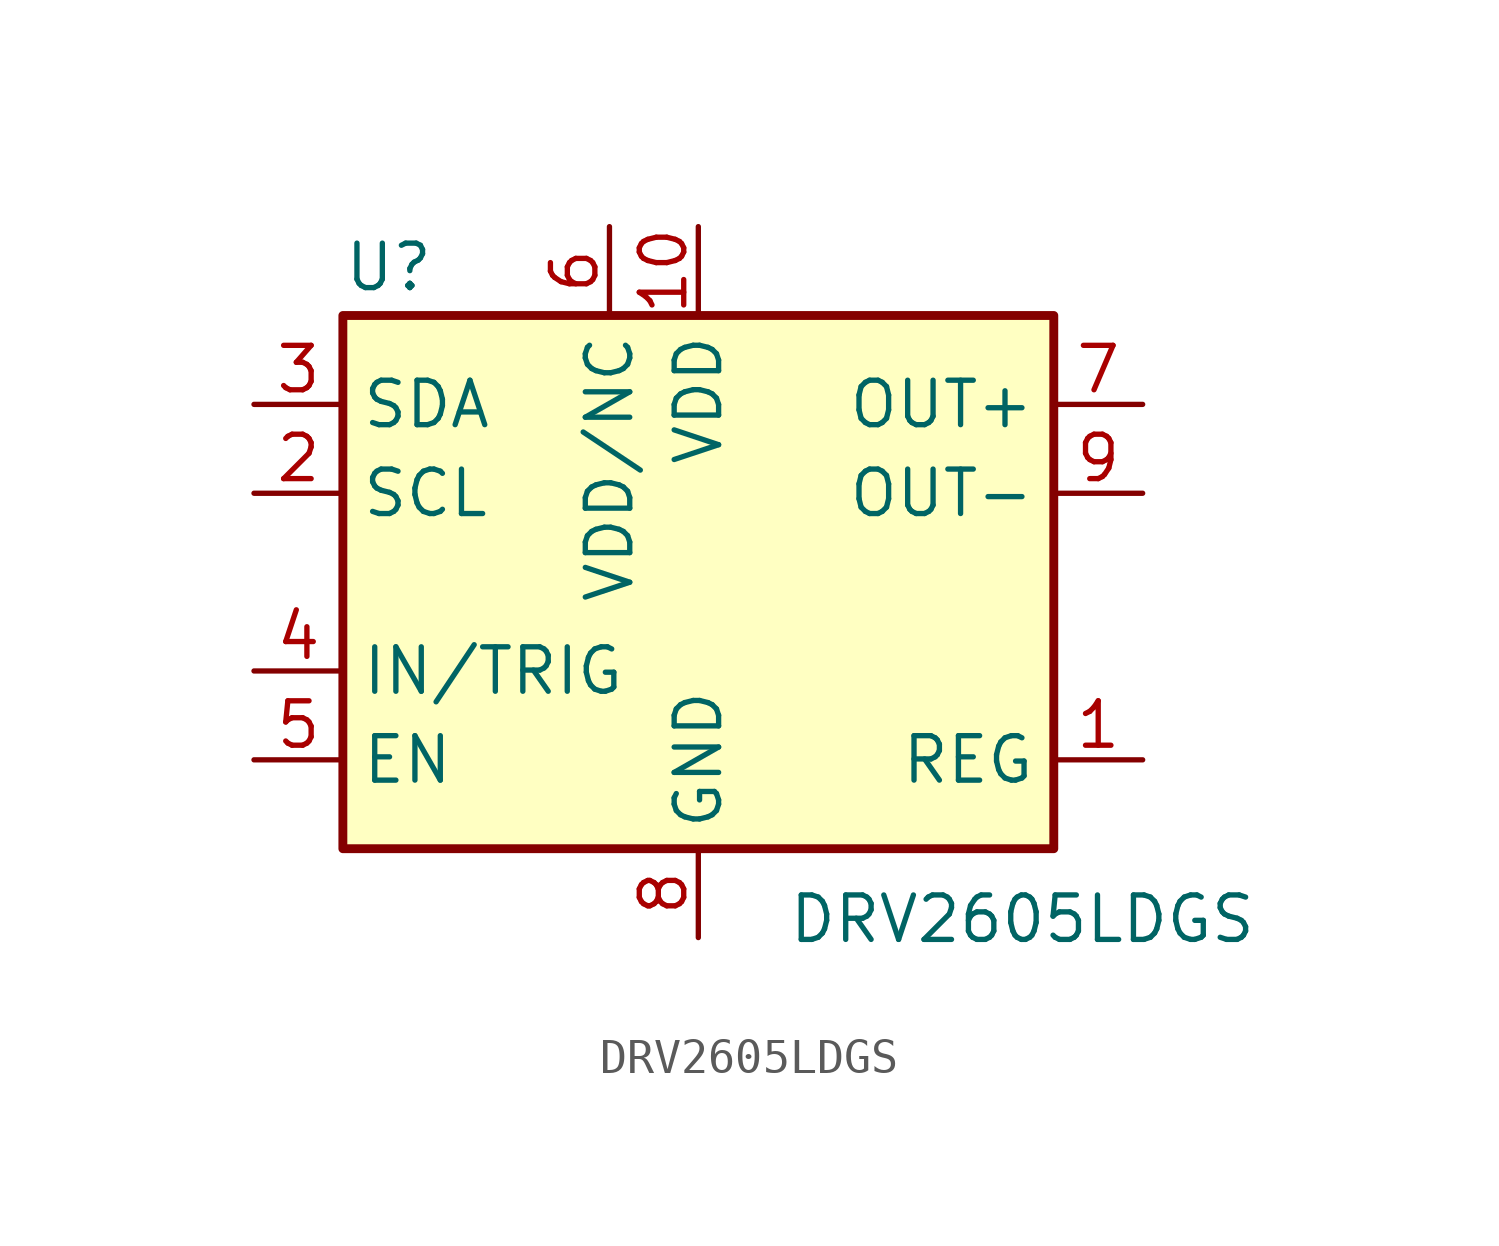
<source format=kicad_sym>
(kicad_symbol_lib
  (version 20211014)
  (generator kicad_symbol_editor)
  (symbol "DRV2605LDGS"
    (property "Reference" "U"
      (at -10.16 8.255 0)
      (effects (font (size 1.27 1.27)) (justify left bottom)))
    (property "Value" "DRV2605LDGS"
      (at 2.54 -8.89 0)
      (effects (font (size 1.27 1.27)) (justify left top)))
    (symbol "DRV2605LDGS_0_1"
      (rectangle (start -10.16 7.62) (end 10.16 -7.62) (stroke (width 0.254) (type default) (color 0 0 0 0)) (fill (type background))))
    (symbol "DRV2605LDGS_1_1"
      (pin passive line (at 12.7 -5.08 180) (length 2.54) (name "REG" (effects (font (size 1.27 1.27)))) (number "1" (effects (font (size 1.27 1.27)))))
      (pin power_in line (at 0 10.16 270) (length 2.54) (name "VDD" (effects (font (size 1.27 1.27)))) (number "10" (effects (font (size 1.27 1.27)))))
      (pin input line (at -12.7 2.54 0) (length 2.54) (name "SCL" (effects (font (size 1.27 1.27)))) (number "2" (effects (font (size 1.27 1.27)))))
      (pin bidirectional line (at -12.7 5.08 0) (length 2.54) (name "SDA" (effects (font (size 1.27 1.27)))) (number "3" (effects (font (size 1.27 1.27)))))
      (pin input line (at -12.7 -2.54 0) (length 2.54) (name "IN/TRIG" (effects (font (size 1.27 1.27)))) (number "4" (effects (font (size 1.27 1.27)))))
      (pin input line (at -12.7 -5.08 0) (length 2.54) (name "EN" (effects (font (size 1.27 1.27)))) (number "5" (effects (font (size 1.27 1.27)))))
      (pin power_in line (at -2.54 10.16 270) (length 2.54) (name "VDD/NC" (effects (font (size 1.27 1.27)))) (number "6" (effects (font (size 1.27 1.27)))))
      (pin output line (at 12.7 5.08 180) (length 2.54) (name "OUT+" (effects (font (size 1.27 1.27)))) (number "7" (effects (font (size 1.27 1.27)))))
      (pin power_in line (at 0 -10.16 90) (length 2.54) (name "GND" (effects (font (size 1.27 1.27)))) (number "8" (effects (font (size 1.27 1.27)))))
      (pin output line (at 12.7 2.54 180) (length 2.54) (name "OUT-" (effects (font (size 1.27 1.27)))) (number "9" (effects (font (size 1.27 1.27))))))))
</source>
